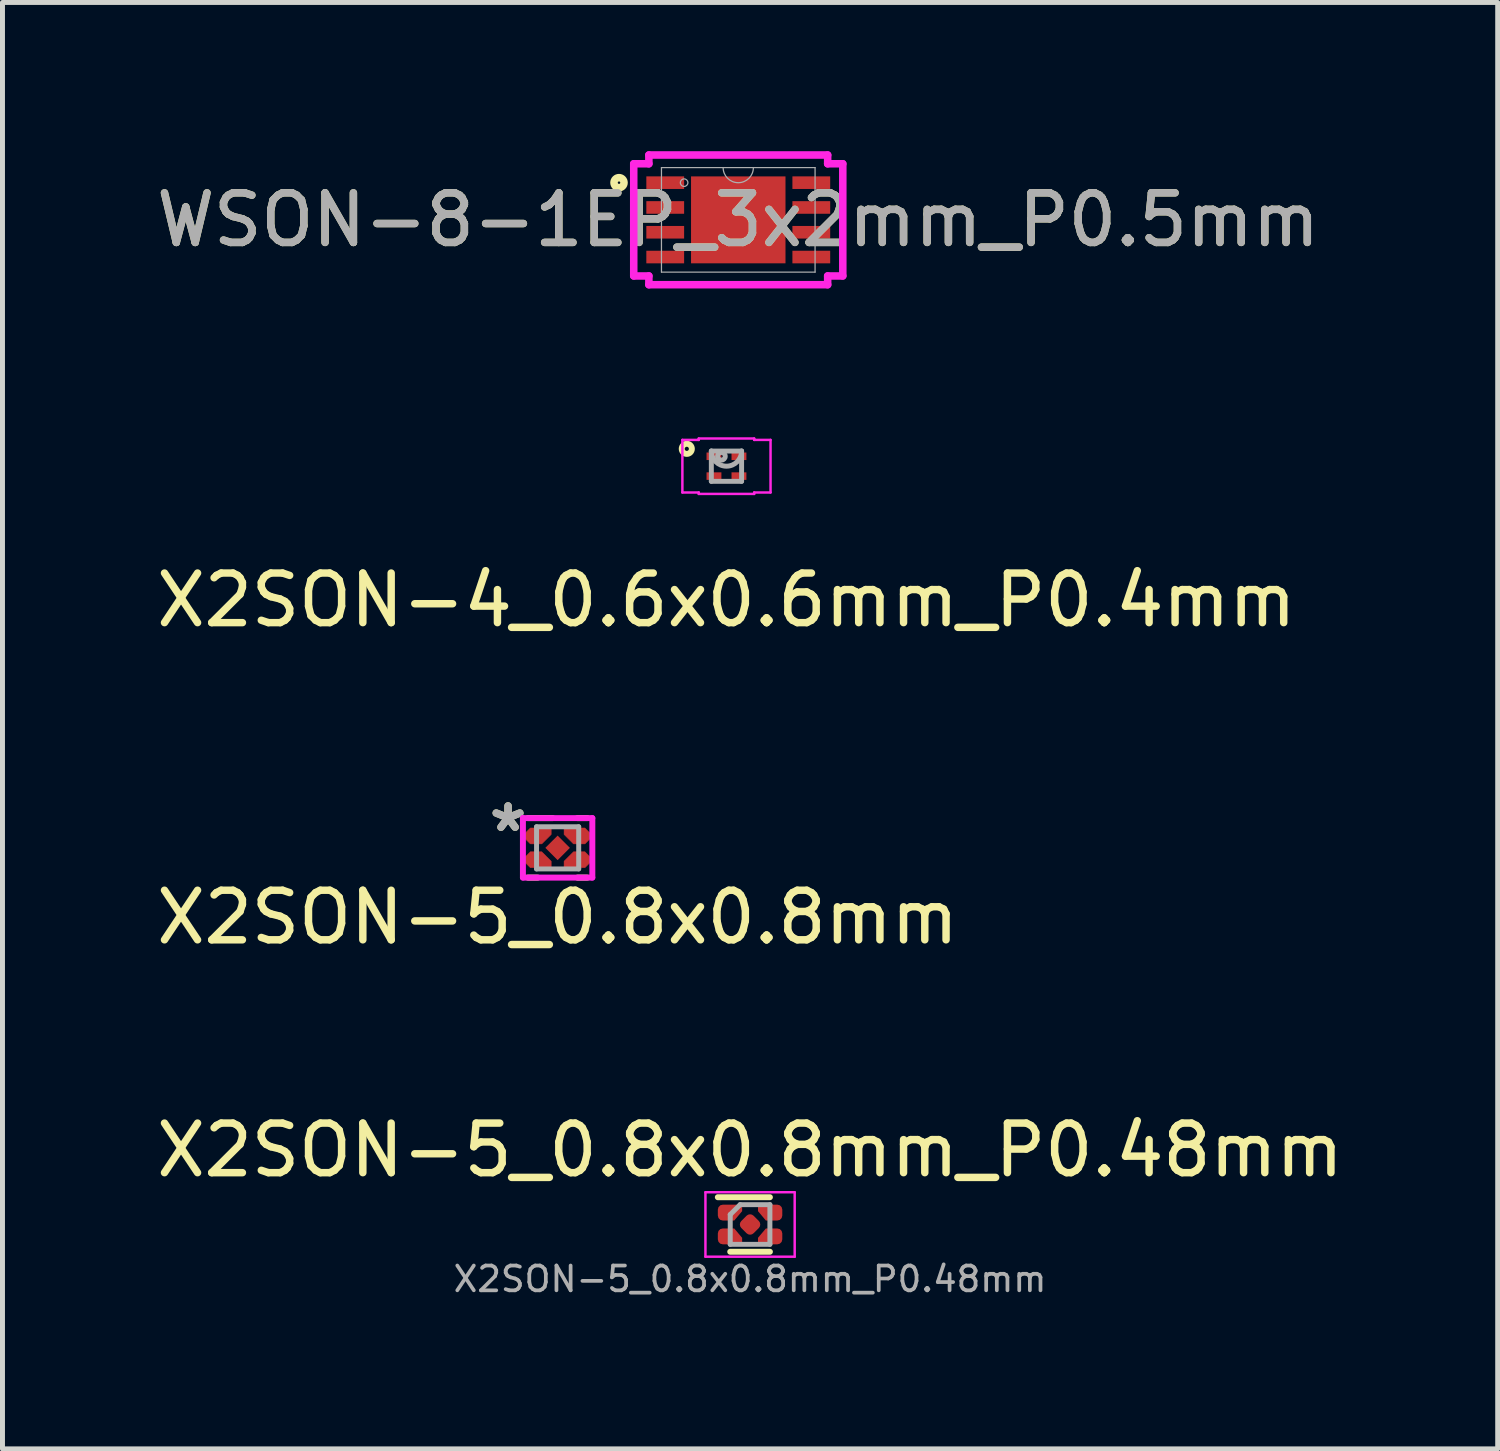
<source format=kicad_pcb>
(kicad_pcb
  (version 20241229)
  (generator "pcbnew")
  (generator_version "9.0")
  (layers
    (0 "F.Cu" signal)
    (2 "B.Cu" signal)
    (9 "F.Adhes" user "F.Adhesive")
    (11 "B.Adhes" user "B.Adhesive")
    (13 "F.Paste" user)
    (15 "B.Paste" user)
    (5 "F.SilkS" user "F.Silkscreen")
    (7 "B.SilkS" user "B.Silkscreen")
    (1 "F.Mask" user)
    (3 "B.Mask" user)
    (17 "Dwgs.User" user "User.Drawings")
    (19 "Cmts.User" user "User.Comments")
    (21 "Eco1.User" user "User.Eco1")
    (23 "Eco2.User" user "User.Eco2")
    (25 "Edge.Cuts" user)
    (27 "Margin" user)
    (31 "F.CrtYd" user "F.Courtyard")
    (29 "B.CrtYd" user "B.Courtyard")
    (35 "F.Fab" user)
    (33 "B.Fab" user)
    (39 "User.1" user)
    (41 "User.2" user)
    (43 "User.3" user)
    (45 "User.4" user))
  (footprint "X2SON-5_0.8x0.8mm"
    (layer "F.Cu")
    (at 8.196 14.049)
    (property "Reference" "X2SON-5_0.8x0.8mm" (at 0 1.4 0) (layer "F.SilkS") (effects (font (size 1 1) (thickness 0.15))))
    (attr smd)
    (fp_poly (pts (xy -0.65 -0.3) (xy -0.55 -0.4) (xy -0.13 -0.4) (xy -0.13 -0.27) (xy -0.32 -0.08) (xy -0.55 -0.08) (xy -0.65 -0.18)) (stroke (width 0.01) (type solid)) (fill yes) (layer "F.Cu"))
    (fp_poly (pts (xy -0.65 0.3) (xy -0.55 0.4) (xy -0.13 0.4) (xy -0.13 0.27) (xy -0.32 0.08) (xy -0.55 0.08) (xy -0.65 0.18)) (stroke (width 0.01) (type solid)) (fill yes) (layer "F.Cu"))
    (fp_poly (pts (xy 0.65 -0.3) (xy 0.55 -0.4) (xy 0.13 -0.4) (xy 0.13 -0.27) (xy 0.32 -0.08) (xy 0.55 -0.08) (xy 0.65 -0.18)) (stroke (width 0.01) (type solid)) (fill yes) (layer "F.Cu"))
    (fp_poly (pts (xy 0.65 0.3) (xy 0.55 0.4) (xy 0.13 0.4) (xy 0.13 0.27) (xy 0.32 0.08) (xy 0.55 0.08) (xy 0.65 0.18)) (stroke (width 0.01) (type solid)) (fill yes) (layer "F.Cu"))
    (fp_poly (pts (xy -0.6 0.3) (xy -0.55 0.35) (xy -0.18 0.35) (xy -0.18 0.29) (xy -0.34 0.13) (xy -0.55 0.13) (xy -0.6 0.18)) (stroke (width 0.1) (type solid)) (fill yes) (layer "F.Mask"))
    (fp_poly (pts (xy -0.6 -0.3) (xy -0.55 -0.35) (xy -0.18 -0.35) (xy -0.18 -0.29) (xy -0.34 -0.13) (xy -0.55 -0.13) (xy -0.6 -0.18)) (stroke (width 0.1) (type solid)) (fill yes) (layer "F.Mask"))
    (fp_poly (pts (xy 0.6 -0.3) (xy 0.55 -0.35) (xy 0.18 -0.35) (xy 0.18 -0.29) (xy 0.34 -0.13) (xy 0.55 -0.13) (xy 0.6 -0.18)) (stroke (width 0.1) (type solid)) (fill yes) (layer "F.Mask"))
    (fp_poly (pts (xy 0.6 0.3) (xy 0.55 0.35) (xy 0.18 0.35) (xy 0.18 0.29) (xy 0.34 0.13) (xy 0.55 0.13) (xy 0.6 0.18)) (stroke (width 0.1) (type solid)) (fill yes) (layer "F.Mask"))
    (fp_poly (pts (xy 0.035 -0.142) (xy 0.141 -0.035) (xy 0.141 0.035) (xy 0.035 0.141) (xy -0.035 0.141) (xy -0.141 0.035) (xy -0.141 -0.035) (xy -0.035 -0.141)) (stroke (width 0.1) (type solid)) (fill yes) (layer "F.Mask"))
    (fp_line (start -0.6 -0.6) (end -0.1 -0.6) (stroke (width 0.12) (type solid)) (layer "F.SilkS"))
    (fp_line (start -0.6 0.6) (end -0.4 0.6) (stroke (width 0.12) (type solid)) (layer "F.SilkS"))
    (fp_line (start 0.4 -0.6) (end 0.6 -0.6) (stroke (width 0.12) (type solid)) (layer "F.SilkS"))
    (fp_line (start 0.4 0.6) (end 0.6 0.6) (stroke (width 0.12) (type solid)) (layer "F.SilkS"))
    (fp_poly (pts (xy -0.6 0.3) (xy -0.55 0.35) (xy -0.18 0.35) (xy -0.18 0.29) (xy -0.34 0.13) (xy -0.55 0.13) (xy -0.6 0.18)) (stroke (width 0.1) (type solid)) (fill yes) (layer "F.Paste"))
    (fp_poly (pts (xy -0.6 -0.3) (xy -0.55 -0.35) (xy -0.18 -0.35) (xy -0.18 -0.29) (xy -0.34 -0.13) (xy -0.55 -0.13) (xy -0.6 -0.18)) (stroke (width 0.1) (type solid)) (fill yes) (layer "F.Paste"))
    (fp_poly (pts (xy 0.6 -0.3) (xy 0.55 -0.35) (xy 0.18 -0.35) (xy 0.18 -0.29) (xy 0.34 -0.13) (xy 0.55 -0.13) (xy 0.6 -0.18)) (stroke (width 0.1) (type solid)) (fill yes) (layer "F.Paste"))
    (fp_poly (pts (xy 0.6 0.3) (xy 0.55 0.35) (xy 0.18 0.35) (xy 0.18 0.29) (xy 0.34 0.13) (xy 0.55 0.13) (xy 0.6 0.18)) (stroke (width 0.1) (type solid)) (fill yes) (layer "F.Paste"))
    (fp_poly (pts (xy 0.135 0.035) (xy 0.035 0.134) (xy -0.035 0.134) (xy -0.134 0.035) (xy -0.134 -0.035) (xy -0.035 -0.134) (xy 0.035 -0.134) (xy 0.134 -0.035)) (stroke (width 0.1) (type solid)) (fill yes) (layer "F.Paste"))
    (fp_line (start -0.7 -0.6) (end -0.7 0.6) (stroke (width 0.12) (type solid)) (layer "F.CrtYd"))
    (fp_line (start -0.7 0.6) (end 0.7 0.6) (stroke (width 0.12) (type solid)) (layer "F.CrtYd"))
    (fp_line (start 0.7 -0.6) (end -0.7 -0.6) (stroke (width 0.12) (type solid)) (layer "F.CrtYd"))
    (fp_line (start 0.7 0.6) (end 0.7 -0.6) (stroke (width 0.12) (type solid)) (layer "F.CrtYd"))
    (fp_line (start -0.425 -0.425) (end 0.425 -0.425) (stroke (width 0.1) (type solid)) (layer "F.Fab"))
    (fp_line (start -0.425 0.425) (end -0.425 -0.425) (stroke (width 0.1) (type solid)) (layer "F.Fab"))
    (fp_line (start -0.425 0.425) (end 0.425 0.425) (stroke (width 0.1) (type solid)) (layer "F.Fab"))
    (fp_line (start 0.425 0.425) (end 0.425 -0.425) (stroke (width 0.1) (type solid)) (layer "F.Fab"))
    (fp_text user "*" (at -1 -0.3 0) (layer "F.SilkS") (effects (font (size 1 1) (thickness 0.15))))
    (fp_text user "*" (at -1 -0.3 0) (layer "F.Fab") (effects (font (size 1 1) (thickness 0.15))))
    (pad "1" smd circle (at -0.39 -0.24) (size 0.288 0.288) (layers "F.Cu"))
    (pad "2" smd circle (at -0.39 0.24) (size 0.288 0.288) (layers "F.Cu"))
    (pad "3" smd rect (at 0 0 315) (size 0.35 0.35) (layers "F.Cu"))
    (pad "4" smd circle (at 0.39 0.24) (size 0.288 0.288) (layers "F.Cu"))
    (pad "5" smd circle (at 0.39 -0.24) (size 0.288 0.288) (layers "F.Cu")))
  (footprint "X2SON-5_0.8x0.8mm_P0.48mm"
    (layer "F.Cu")
    (at 12.077 21.645)
    (property "Reference" "X2SON-5_0.8x0.8mm_P0.48mm" (at 0 -1.5 0) (layer "F.SilkS") (effects (font (size 1 1) (thickness 0.15))))
    (attr smd)
    (fp_line (start -0.65 -0.55) (end 0.4 -0.55) (stroke (width 0.12) (type solid)) (layer "F.SilkS"))
    (fp_line (start -0.4 0.55) (end 0.4 0.55) (stroke (width 0.12) (type solid)) (layer "F.SilkS"))
    (fp_line (start -0.9 -0.65) (end 0.9 -0.65) (stroke (width 0.05) (type solid)) (layer "F.CrtYd"))
    (fp_line (start -0.9 0.65) (end -0.9 -0.65) (stroke (width 0.05) (type solid)) (layer "F.CrtYd"))
    (fp_line (start 0.9 -0.65) (end 0.9 0.65) (stroke (width 0.05) (type solid)) (layer "F.CrtYd"))
    (fp_line (start 0.9 0.65) (end -0.9 0.65) (stroke (width 0.05) (type solid)) (layer "F.CrtYd"))
    (fp_line (start -0.4 -0.2) (end -0.2 -0.4) (stroke (width 0.1) (type solid)) (layer "F.Fab"))
    (fp_line (start -0.4 0.4) (end -0.4 -0.2) (stroke (width 0.1) (type solid)) (layer "F.Fab"))
    (fp_line (start -0.2 -0.4) (end 0.4 -0.4) (stroke (width 0.1) (type solid)) (layer "F.Fab"))
    (fp_line (start 0.4 -0.4) (end 0.4 0.4) (stroke (width 0.1) (type solid)) (layer "F.Fab"))
    (fp_line (start 0.4 0.4) (end -0.4 0.4) (stroke (width 0.1) (type solid)) (layer "F.Fab"))
    (fp_text user "${REFERENCE}" (at 0 1.1 0) (unlocked yes) (layer "F.Fab") (effects (font (size 0.5 0.5) (thickness 0.075))))
    (pad "" smd custom (at -0.39 -0.24) (size 0.15 0.15) (layers "F.Mask" "F.Paste") (options (anchor circle)) (primitives (gr_poly (pts (xy 0.05 0.11) (xy 0.21 -0.05) (xy 0.21 -0.11) (xy -0.16 -0.11) (xy -0.195 -0.095) (xy -0.21 -0.06) (xy -0.21 0.06) (xy -0.195 0.095) (xy -0.16 0.11)) (width 0) (fill yes))))
    (pad "" smd custom (at -0.39 0.24) (size 0.05 0.05) (layers "F.Mask" "F.Paste") (options (anchor circle)) (primitives (gr_poly (pts (xy -0.16 -0.11) (xy 0.05 -0.11) (xy 0.21 0.05) (xy 0.21 0.11) (xy -0.16 0.11) (xy -0.195 0.095) (xy -0.21 0.06) (xy -0.21 -0.06) (xy -0.195 -0.095)) (width 0) (fill yes))))
    (pad "" smd custom (at 0.39 -0.24) (size 0.05 0.05) (layers "F.Mask" "F.Paste") (options (anchor circle)) (primitives (gr_poly (pts (xy 0.16 0.11) (xy -0.05 0.11) (xy -0.21 -0.05) (xy -0.21 -0.11) (xy 0.16 -0.11) (xy 0.195 -0.095) (xy 0.21 -0.06) (xy 0.21 0.06) (xy 0.195 0.095)) (width 0) (fill yes))))
    (pad "" smd custom (at 0.39 0.24) (size 0.15 0.15) (layers "F.Paste") (options (anchor circle)) (primitives (gr_poly (pts (xy -0.05 -0.11) (xy -0.21 0.05) (xy -0.21 0.11) (xy 0.16 0.11) (xy 0.195 0.095) (xy 0.21 0.06) (xy 0.21 -0.06) (xy 0.195 -0.095) (xy 0.16 -0.11)) (width 0) (fill yes))))
    (pad "1" smd custom (at -0.39 -0.24) (size 0.15 0.15) (layers "F.Cu" "F.Mask") (options (anchor circle)) (primitives (gr_poly (pts (xy 0.071 0.16) (xy 0.23 -0.029) (xy 0.23 -0.16) (xy -0.16 -0.16) (xy -0.21 -0.147) (xy -0.247 -0.11) (xy -0.26 -0.06) (xy -0.26 0.06) (xy -0.247 0.11) (xy -0.21 0.147) (xy -0.16 0.16)) (width 0) (fill yes))))
    (pad "2" smd custom (at -0.39 0.24) (size 0.05 0.05) (layers "F.Cu" "F.Mask") (options (anchor circle)) (primitives (gr_poly (pts (xy -0.21 -0.147) (xy -0.16 -0.16) (xy 0.071 -0.16) (xy 0.23 0.029) (xy 0.23 0.16) (xy -0.16 0.16) (xy -0.21 0.147) (xy -0.247 0.11) (xy -0.26 0.06) (xy -0.26 -0.06) (xy -0.247 -0.11)) (width 0) (fill yes))))
    (pad "3" smd roundrect (at 0 0 45) (size 0.35 0.35) (layers "F.Cu" "F.Mask" "F.Paste") (roundrect_rratio 0.286))
    (pad "4" smd custom (at 0.39 0.24) (size 0.15 0.15) (layers "F.Cu" "F.Mask") (options (anchor circle)) (primitives (gr_poly (pts (xy -0.071 -0.16) (xy -0.23 0.029) (xy -0.23 0.16) (xy 0.16 0.16) (xy 0.21 0.147) (xy 0.247 0.11) (xy 0.26 0.06) (xy 0.26 -0.06) (xy 0.247 -0.11) (xy 0.21 -0.147) (xy 0.16 -0.16)) (width 0) (fill yes))))
    (pad "5" smd custom (at 0.39 -0.24) (size 0.05 0.05) (layers "F.Cu" "F.Mask") (options (anchor circle)) (primitives (gr_poly (pts (xy 0.21 0.147) (xy 0.16 0.16) (xy -0.071 0.16) (xy -0.23 -0.029) (xy -0.23 -0.16) (xy 0.16 -0.16) (xy 0.21 -0.147) (xy 0.247 -0.11) (xy 0.26 -0.06) (xy 0.26 0.06) (xy 0.247 0.11)) (width 0) (fill yes)))))
  (footprint "WSON-8-1EP_3x2mm_P0.5mm"
    (layer "F.Cu")
    (at 11.839 1.384)
    (property "Reference" "WSON-8-1EP_3x2mm_P0.5mm" (at 0 0 0) (unlocked yes) (layer "F.SilkS") (effects (font (size 1 1) (thickness 0.15))))
    (attr smd)
    (fp_circle (center -2.405 -0.75) (end -2.304 -0.75) (stroke (width 0.152) (type solid)) (fill no) (layer "F.SilkS"))
    (fp_line (start -2.108 -1.131) (end -1.803 -1.131) (stroke (width 0.152) (type solid)) (layer "F.CrtYd"))
    (fp_line (start -2.108 1.131) (end -2.108 -1.131) (stroke (width 0.152) (type solid)) (layer "F.CrtYd"))
    (fp_line (start -2.108 1.131) (end -1.803 1.131) (stroke (width 0.152) (type solid)) (layer "F.CrtYd"))
    (fp_line (start -1.803 -1.308) (end 1.803 -1.308) (stroke (width 0.152) (type solid)) (layer "F.CrtYd"))
    (fp_line (start -1.803 -1.131) (end -1.803 -1.308) (stroke (width 0.152) (type solid)) (layer "F.CrtYd"))
    (fp_line (start -1.803 1.308) (end -1.803 1.131) (stroke (width 0.152) (type solid)) (layer "F.CrtYd"))
    (fp_line (start 1.803 -1.308) (end 1.803 -1.131) (stroke (width 0.152) (type solid)) (layer "F.CrtYd"))
    (fp_line (start 1.803 1.131) (end 1.803 1.308) (stroke (width 0.152) (type solid)) (layer "F.CrtYd"))
    (fp_line (start 1.803 1.308) (end -1.803 1.308) (stroke (width 0.152) (type solid)) (layer "F.CrtYd"))
    (fp_line (start 2.108 -1.131) (end 1.803 -1.131) (stroke (width 0.152) (type solid)) (layer "F.CrtYd"))
    (fp_line (start 2.108 -1.131) (end 2.108 1.131) (stroke (width 0.152) (type solid)) (layer "F.CrtYd"))
    (fp_line (start 2.108 1.131) (end 1.803 1.131) (stroke (width 0.152) (type solid)) (layer "F.CrtYd"))
    (fp_line (start -1.549 -1.054) (end -1.549 1.054) (stroke (width 0.025) (type solid)) (layer "F.Fab"))
    (fp_line (start -1.549 1.054) (end 1.549 1.054) (stroke (width 0.025) (type solid)) (layer "F.Fab"))
    (fp_line (start 1.549 -1.054) (end -1.549 -1.054) (stroke (width 0.025) (type solid)) (layer "F.Fab"))
    (fp_line (start 1.549 1.054) (end 1.549 -1.054) (stroke (width 0.025) (type solid)) (layer "F.Fab"))
    (fp_arc (start 0.3048 -1.0541) (mid 0 -0.7493) (end -0.3048 -1.0541) (stroke (width 0.0254) (type solid)) (layer "F.Fab"))
    (fp_circle (center -1.092 -0.75) (end -1.016 -0.75) (stroke (width 0.025) (type solid)) (fill no) (layer "F.Fab"))
    (fp_text user "${REFERENCE}" (at 0 0 0) (unlocked yes) (layer "F.Fab") (effects (font (size 1 1) (thickness 0.15))))
    (pad "1" smd rect (at -1.473 -0.75) (size 0.762 0.254) (layers "F.Cu" "F.Mask" "F.Paste"))
    (pad "2" smd rect (at -1.473 -0.25) (size 0.762 0.254) (layers "F.Cu" "F.Mask" "F.Paste"))
    (pad "3" smd rect (at -1.473 0.25) (size 0.762 0.254) (layers "F.Cu" "F.Mask" "F.Paste"))
    (pad "4" smd rect (at -1.473 0.75) (size 0.762 0.254) (layers "F.Cu" "F.Mask" "F.Paste"))
    (pad "5" smd rect (at 1.473 0.75) (size 0.762 0.254) (layers "F.Cu" "F.Mask" "F.Paste"))
    (pad "6" smd rect (at 1.473 0.25) (size 0.762 0.254) (layers "F.Cu" "F.Mask" "F.Paste"))
    (pad "7" smd rect (at 1.473 -0.25) (size 0.762 0.254) (layers "F.Cu" "F.Mask" "F.Paste"))
    (pad "8" smd rect (at 1.473 -0.75) (size 0.762 0.254) (layers "F.Cu" "F.Mask" "F.Paste"))
    (pad "9" smd rect (at 0 0) (size 1.905 1.753) (layers "F.Cu" "F.Mask" "F.Paste")))
  (footprint "X2SON-4_0.6x0.6mm_P0.4mm"
    (layer "F.Cu")
    (at 11.601 6.352)
    (property "Reference" "X2SON-4_0.6x0.6mm_P0.4mm" (at 0 2.7 0) (layer "F.SilkS") (effects (font (size 1 1) (thickness 0.15))))
    (attr through_hole)
    (fp_circle (center -0.8 -0.35) (end -0.698 -0.35) (stroke (width 0.12) (type solid)) (fill no) (layer "F.SilkS"))
    (fp_line (start -0.889 -0.53) (end -0.559 -0.53) (stroke (width 0.05) (type solid)) (layer "F.CrtYd"))
    (fp_line (start -0.889 0.53) (end -0.889 -0.53) (stroke (width 0.05) (type solid)) (layer "F.CrtYd"))
    (fp_line (start -0.559 -0.559) (end 0.559 -0.559) (stroke (width 0.05) (type solid)) (layer "F.CrtYd"))
    (fp_line (start -0.559 -0.53) (end -0.559 -0.559) (stroke (width 0.05) (type solid)) (layer "F.CrtYd"))
    (fp_line (start -0.559 0.53) (end -0.889 0.53) (stroke (width 0.05) (type solid)) (layer "F.CrtYd"))
    (fp_line (start -0.559 0.559) (end -0.559 0.53) (stroke (width 0.05) (type solid)) (layer "F.CrtYd"))
    (fp_line (start 0.559 -0.559) (end 0.559 -0.53) (stroke (width 0.05) (type solid)) (layer "F.CrtYd"))
    (fp_line (start 0.559 -0.53) (end 0.889 -0.53) (stroke (width 0.05) (type solid)) (layer "F.CrtYd"))
    (fp_line (start 0.559 0.53) (end 0.559 0.559) (stroke (width 0.05) (type solid)) (layer "F.CrtYd"))
    (fp_line (start 0.559 0.559) (end -0.559 0.559) (stroke (width 0.05) (type solid)) (layer "F.CrtYd"))
    (fp_line (start 0.889 -0.53) (end 0.889 0.53) (stroke (width 0.05) (type solid)) (layer "F.CrtYd"))
    (fp_line (start 0.889 0.53) (end 0.559 0.53) (stroke (width 0.05) (type solid)) (layer "F.CrtYd"))
    (fp_line (start -0.305 -0.305) (end -0.305 0.305) (stroke (width 0.1) (type solid)) (layer "F.Fab"))
    (fp_line (start -0.305 0.305) (end 0.305 0.305) (stroke (width 0.1) (type solid)) (layer "F.Fab"))
    (fp_line (start 0.305 -0.305) (end -0.305 -0.305) (stroke (width 0.1) (type solid)) (layer "F.Fab"))
    (fp_line (start 0.305 0.305) (end 0.305 -0.305) (stroke (width 0.1) (type solid)) (layer "F.Fab"))
    (fp_arc (start 0.3048 -0.3048) (mid 0 0) (end -0.3048 -0.3048) (stroke (width 0.1) (type solid)) (layer "F.Fab"))
    (fp_circle (center -0.102 -0.2) (end -0.025 -0.2) (stroke (width 0.1) (type solid)) (fill no) (layer "F.Fab"))
    (pad "1" smd rect (at -0.252 -0.2) (size 0.3 0.152) (layers "F.Cu" "F.Mask" "F.Paste"))
    (pad "2" smd rect (at -0.252 0.2) (size 0.3 0.152) (layers "F.Cu" "F.Mask" "F.Paste"))
    (pad "3" smd rect (at 0.252 0.2) (size 0.3 0.152) (layers "F.Cu" "F.Mask" "F.Paste"))
    (pad "4" smd rect (at 0.252 -0.2) (size 0.3 0.152) (layers "F.Cu" "F.Mask" "F.Paste")))
  (gr_rect
    (start -3 -3)
    (end 27.155 26.17)
    (stroke (width 0.1) (type default))
    (fill no)
    (layer "Edge.Cuts")))
</source>
